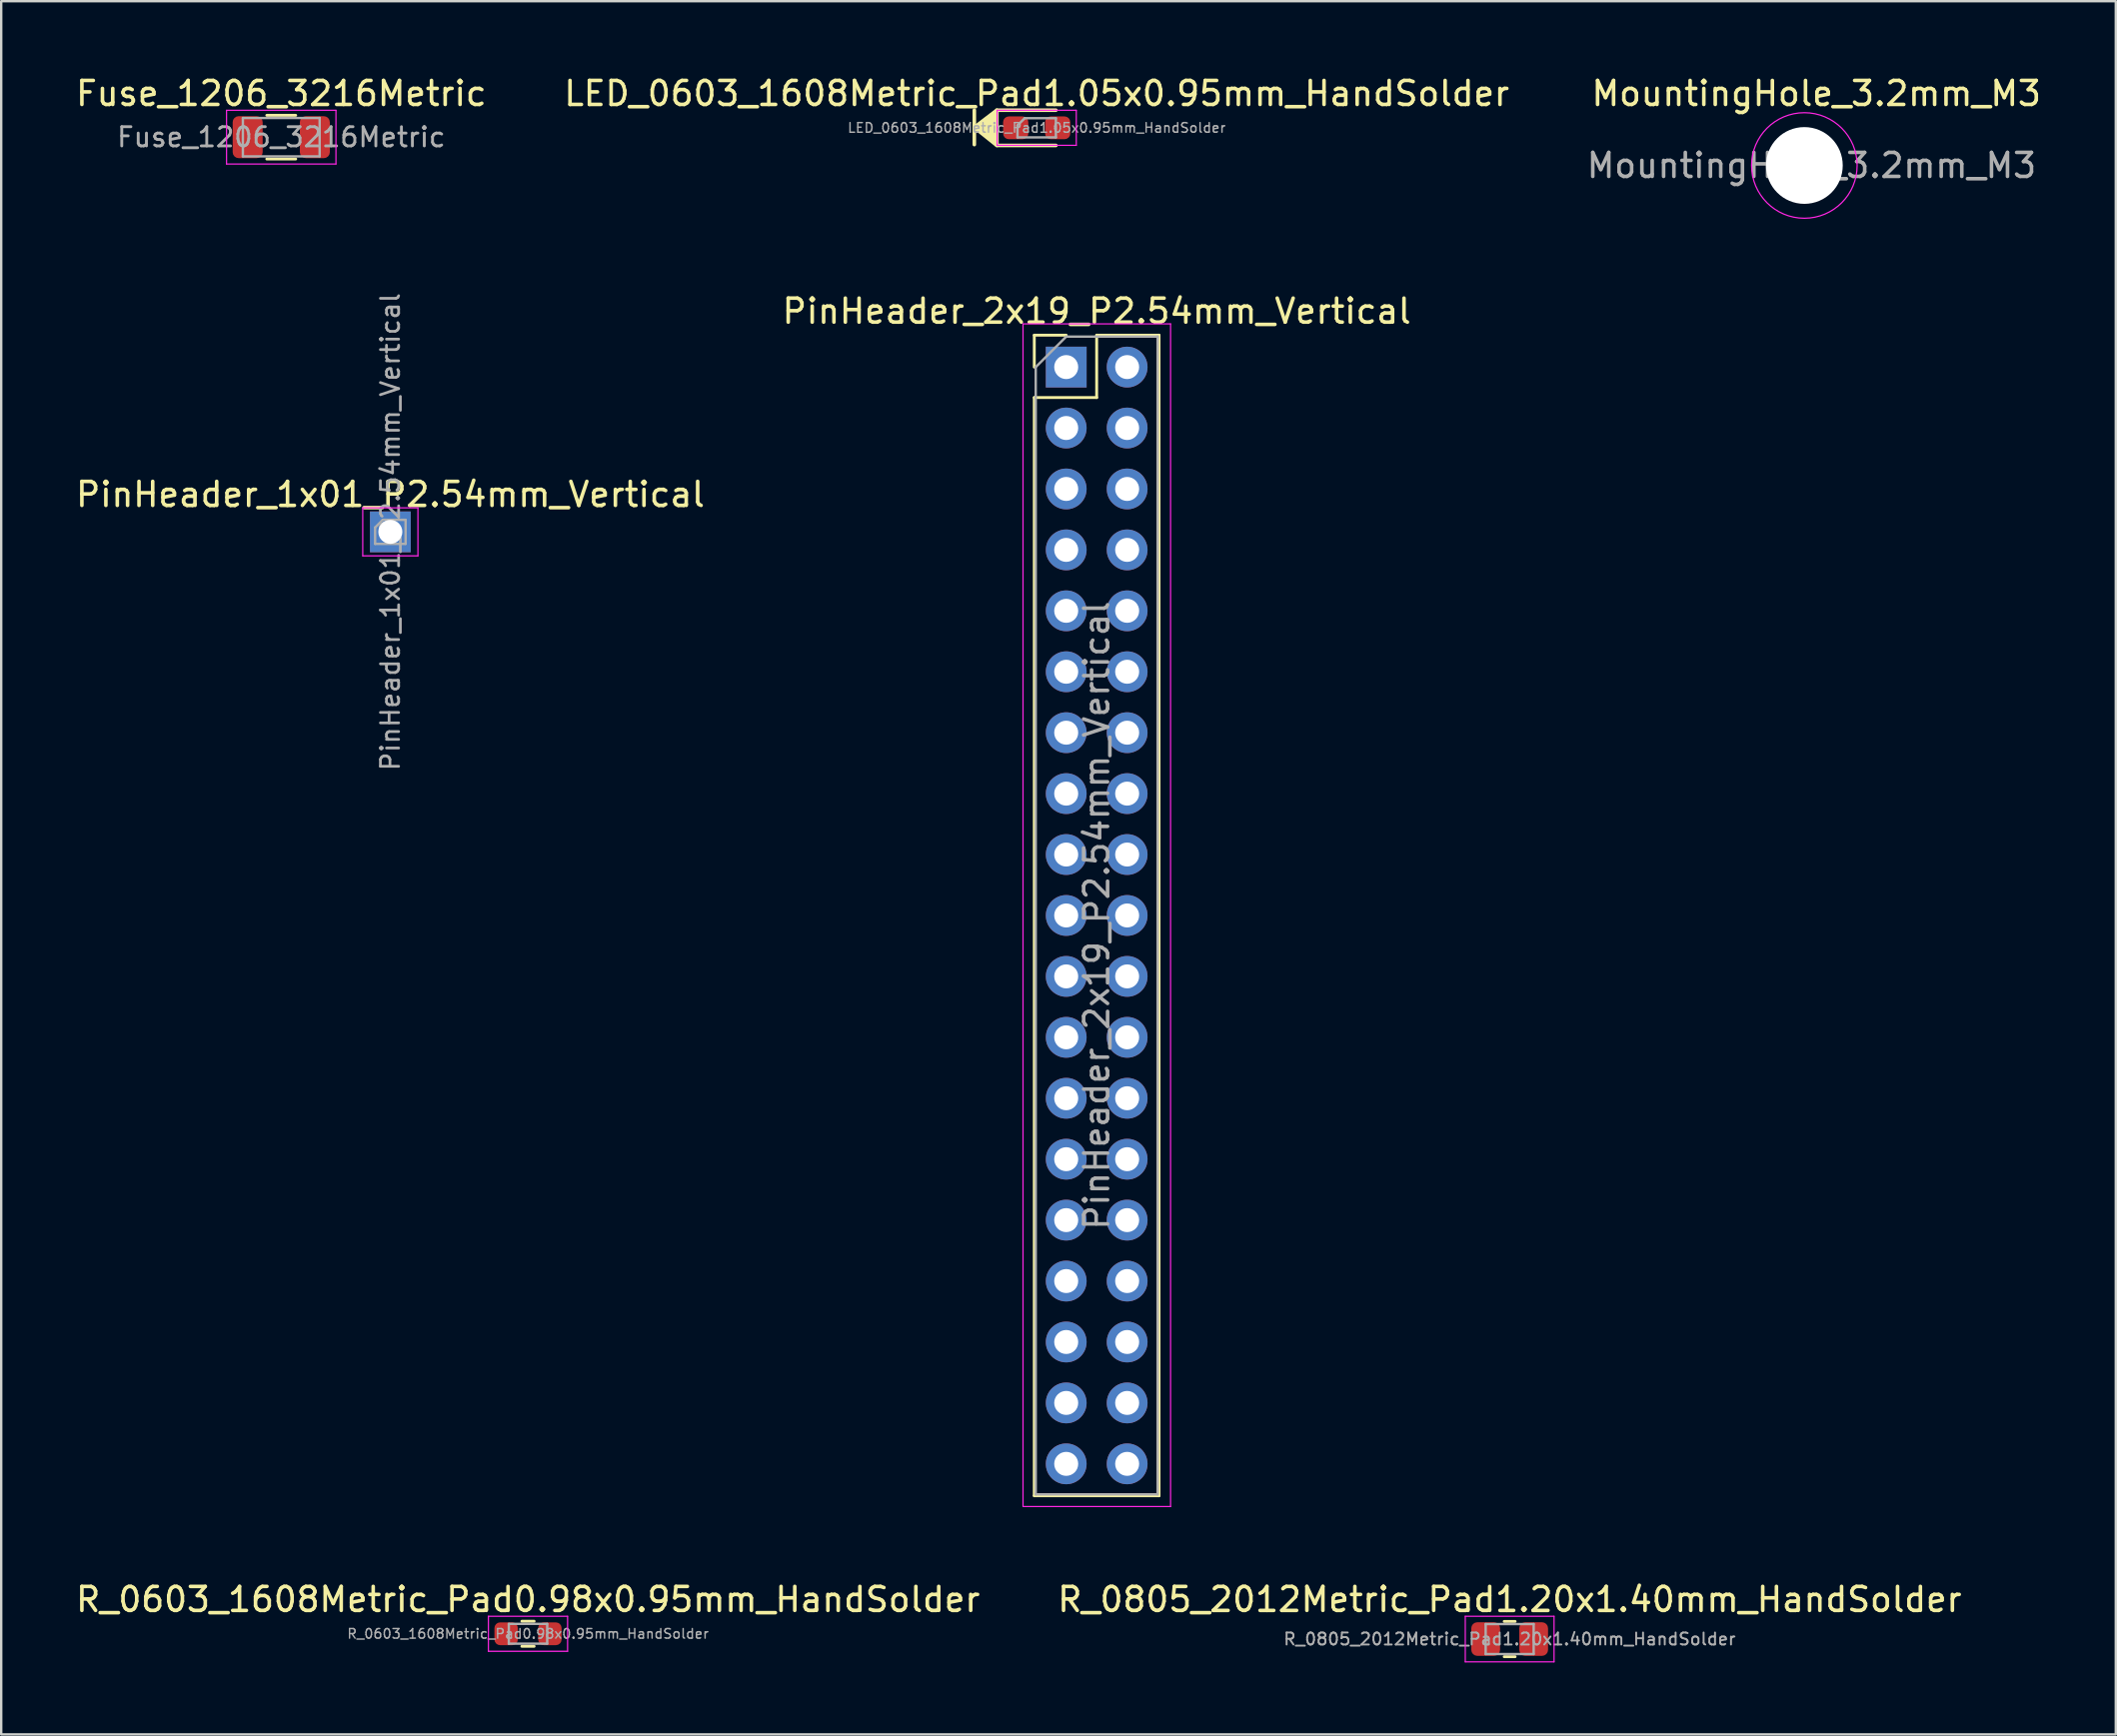
<source format=kicad_pcb>
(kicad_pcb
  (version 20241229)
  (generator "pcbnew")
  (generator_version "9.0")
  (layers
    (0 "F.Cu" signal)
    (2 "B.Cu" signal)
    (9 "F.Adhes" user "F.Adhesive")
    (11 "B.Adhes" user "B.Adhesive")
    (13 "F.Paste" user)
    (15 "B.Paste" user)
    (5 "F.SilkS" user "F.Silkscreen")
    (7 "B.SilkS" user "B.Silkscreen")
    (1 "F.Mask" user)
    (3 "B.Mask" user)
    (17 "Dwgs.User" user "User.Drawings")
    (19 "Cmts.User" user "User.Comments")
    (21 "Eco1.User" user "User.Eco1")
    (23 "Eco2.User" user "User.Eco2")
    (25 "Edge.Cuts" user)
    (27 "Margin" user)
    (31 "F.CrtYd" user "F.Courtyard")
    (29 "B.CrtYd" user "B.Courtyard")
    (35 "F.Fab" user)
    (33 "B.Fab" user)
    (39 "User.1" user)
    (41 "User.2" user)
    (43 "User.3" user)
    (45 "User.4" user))
  (footprint "PinHeader_1x01_P2.54mm_Vertical"
    (layer "F.Cu")
    (at 13.22 19.121)
    (property "Reference" "PinHeader_1x01_P2.54mm_Vertical" (at 0 -1.56 0) (layer "F.SilkS") (effects (font (size 1 1) (thickness 0.15))))
    (attr through_hole)
    (fp_line (start -1.15 -1) (end -1.15 1) (stroke (width 0.05) (type solid)) (layer "F.CrtYd"))
    (fp_line (start -1.15 1) (end 1.15 1) (stroke (width 0.05) (type solid)) (layer "F.CrtYd"))
    (fp_line (start 1.15 -1) (end -1.15 -1) (stroke (width 0.05) (type solid)) (layer "F.CrtYd"))
    (fp_line (start 1.15 1) (end 1.15 -1) (stroke (width 0.05) (type solid)) (layer "F.CrtYd"))
    (fp_line (start -0.635 -0.182) (end -0.318 -0.5) (stroke (width 0.1) (type solid)) (layer "F.Fab"))
    (fp_line (start -0.635 0.5) (end -0.635 -0.182) (stroke (width 0.1) (type solid)) (layer "F.Fab"))
    (fp_line (start -0.318 -0.5) (end 0.635 -0.5) (stroke (width 0.1) (type solid)) (layer "F.Fab"))
    (fp_line (start 0.635 -0.5) (end 0.635 0.5) (stroke (width 0.1) (type solid)) (layer "F.Fab"))
    (fp_line (start 0.635 0.5) (end -0.635 0.5) (stroke (width 0.1) (type solid)) (layer "F.Fab"))
    (fp_text user "${REFERENCE}" (at 0 0 90) (layer "F.Fab") (effects (font (size 0.76 0.76) (thickness 0.114))))
    (pad "1" thru_hole rect (at 0 0) (size 1.7 1.7) (drill 1) (layers "*.Cu" "*.Mask")))
  (footprint "R_0603_1608Metric_Pad0.98x0.95mm_HandSolder"
    (layer "F.Cu")
    (at 18.958 65.055)
    (property "Reference" "R_0603_1608Metric_Pad0.98x0.95mm_HandSolder" (at 0 -1.43 0) (layer "F.SilkS") (effects (font (size 1 1) (thickness 0.15))))
    (attr smd)
    (fp_line (start -0.255 -0.522) (end 0.255 -0.522) (stroke (width 0.12) (type solid)) (layer "F.SilkS"))
    (fp_line (start -0.255 0.522) (end 0.255 0.522) (stroke (width 0.12) (type solid)) (layer "F.SilkS"))
    (fp_line (start -1.65 -0.73) (end 1.65 -0.73) (stroke (width 0.05) (type solid)) (layer "F.CrtYd"))
    (fp_line (start -1.65 0.73) (end -1.65 -0.73) (stroke (width 0.05) (type solid)) (layer "F.CrtYd"))
    (fp_line (start 1.65 -0.73) (end 1.65 0.73) (stroke (width 0.05) (type solid)) (layer "F.CrtYd"))
    (fp_line (start 1.65 0.73) (end -1.65 0.73) (stroke (width 0.05) (type solid)) (layer "F.CrtYd"))
    (fp_line (start -0.8 -0.412) (end 0.8 -0.412) (stroke (width 0.1) (type solid)) (layer "F.Fab"))
    (fp_line (start -0.8 0.412) (end -0.8 -0.412) (stroke (width 0.1) (type solid)) (layer "F.Fab"))
    (fp_line (start 0.8 -0.412) (end 0.8 0.412) (stroke (width 0.1) (type solid)) (layer "F.Fab"))
    (fp_line (start 0.8 0.412) (end -0.8 0.412) (stroke (width 0.1) (type solid)) (layer "F.Fab"))
    (fp_text user "${REFERENCE}" (at 0 0 0) (layer "F.Fab") (effects (font (size 0.4 0.4) (thickness 0.06))))
    (pad "1" smd roundrect (at -0.912 0) (size 0.975 0.95) (layers "F.Cu" "F.Mask" "F.Paste") (roundrect_rratio 0.25))
    (pad "2" smd roundrect (at 0.912 0) (size 0.975 0.95) (layers "F.Cu" "F.Mask" "F.Paste") (roundrect_rratio 0.25)))
  (footprint "MountingHole_3.2mm_M3"
    (layer "F.Cu")
    (at 72.158 3.848)
    (property "Reference" "MountingHole_3.2mm_M3" (at 0.5 -3 0) (layer "F.SilkS") (effects (font (size 1 1) (thickness 0.15))))
    (attr exclude_from_pos_files exclude_from_bom)
    (fp_circle (center 0 0) (end 2.2 0) (stroke (width 0.05) (type solid)) (fill no) (layer "F.CrtYd"))
    (fp_text user "${REFERENCE}" (at 0.3 0 0) (layer "F.Fab") (effects (font (size 1 1) (thickness 0.15))))
    (pad "" np_thru_hole circle (at 0 0) (size 3.2 3.2) (drill 3.2) (layers "*.Cu" "*.Mask")))
  (footprint "R_0805_2012Metric_Pad1.20x1.40mm_HandSolder"
    (layer "F.Cu")
    (at 59.875 65.275)
    (property "Reference" "R_0805_2012Metric_Pad1.20x1.40mm_HandSolder" (at 0 -1.65 0) (layer "F.SilkS") (effects (font (size 1 1) (thickness 0.15))))
    (attr smd)
    (fp_line (start -0.227 -0.735) (end 0.227 -0.735) (stroke (width 0.12) (type solid)) (layer "F.SilkS"))
    (fp_line (start -0.227 0.735) (end 0.227 0.735) (stroke (width 0.12) (type solid)) (layer "F.SilkS"))
    (fp_line (start -1.85 -0.95) (end 1.85 -0.95) (stroke (width 0.05) (type solid)) (layer "F.CrtYd"))
    (fp_line (start -1.85 0.95) (end -1.85 -0.95) (stroke (width 0.05) (type solid)) (layer "F.CrtYd"))
    (fp_line (start 1.85 -0.95) (end 1.85 0.95) (stroke (width 0.05) (type solid)) (layer "F.CrtYd"))
    (fp_line (start 1.85 0.95) (end -1.85 0.95) (stroke (width 0.05) (type solid)) (layer "F.CrtYd"))
    (fp_line (start -1 -0.625) (end 1 -0.625) (stroke (width 0.1) (type solid)) (layer "F.Fab"))
    (fp_line (start -1 0.625) (end -1 -0.625) (stroke (width 0.1) (type solid)) (layer "F.Fab"))
    (fp_line (start 1 -0.625) (end 1 0.625) (stroke (width 0.1) (type solid)) (layer "F.Fab"))
    (fp_line (start 1 0.625) (end -1 0.625) (stroke (width 0.1) (type solid)) (layer "F.Fab"))
    (fp_text user "${REFERENCE}" (at 0 0 0) (layer "F.Fab") (effects (font (size 0.5 0.5) (thickness 0.08))))
    (pad "1" smd roundrect (at -1 0) (size 1.2 1.4) (layers "F.Cu" "F.Mask" "F.Paste") (roundrect_rratio 0.208))
    (pad "2" smd roundrect (at 1 0) (size 1.2 1.4) (layers "F.Cu" "F.Mask" "F.Paste") (roundrect_rratio 0.208)))
  (footprint "PinHeader_2x19_P2.54mm_Vertical"
    (layer "F.Cu")
    (at 41.391 12.252)
    (property "Reference" "PinHeader_2x19_P2.54mm_Vertical" (at 1.27 -2.33 0) (layer "F.SilkS") (effects (font (size 1 1) (thickness 0.15))))
    (attr through_hole)
    (fp_line (start -1.33 -1.33) (end 0 -1.33) (stroke (width 0.12) (type solid)) (layer "F.SilkS"))
    (fp_line (start -1.33 0) (end -1.33 -1.33) (stroke (width 0.12) (type solid)) (layer "F.SilkS"))
    (fp_line (start -1.33 1.27) (end -1.33 47.05) (stroke (width 0.12) (type solid)) (layer "F.SilkS"))
    (fp_line (start -1.33 1.27) (end 1.27 1.27) (stroke (width 0.12) (type solid)) (layer "F.SilkS"))
    (fp_line (start -1.33 47.05) (end 3.87 47.05) (stroke (width 0.12) (type solid)) (layer "F.SilkS"))
    (fp_line (start 1.27 -1.33) (end 3.87 -1.33) (stroke (width 0.12) (type solid)) (layer "F.SilkS"))
    (fp_line (start 1.27 1.27) (end 1.27 -1.33) (stroke (width 0.12) (type solid)) (layer "F.SilkS"))
    (fp_line (start 3.87 -1.33) (end 3.87 47.05) (stroke (width 0.12) (type solid)) (layer "F.SilkS"))
    (fp_line (start -1.8 -1.8) (end -1.8 47.5) (stroke (width 0.05) (type solid)) (layer "F.CrtYd"))
    (fp_line (start -1.8 47.5) (end 4.35 47.5) (stroke (width 0.05) (type solid)) (layer "F.CrtYd"))
    (fp_line (start 4.35 -1.8) (end -1.8 -1.8) (stroke (width 0.05) (type solid)) (layer "F.CrtYd"))
    (fp_line (start 4.35 47.5) (end 4.35 -1.8) (stroke (width 0.05) (type solid)) (layer "F.CrtYd"))
    (fp_line (start -1.27 0) (end 0 -1.27) (stroke (width 0.1) (type solid)) (layer "F.Fab"))
    (fp_line (start -1.27 46.99) (end -1.27 0) (stroke (width 0.1) (type solid)) (layer "F.Fab"))
    (fp_line (start 0 -1.27) (end 3.81 -1.27) (stroke (width 0.1) (type solid)) (layer "F.Fab"))
    (fp_line (start 3.81 -1.27) (end 3.81 46.99) (stroke (width 0.1) (type solid)) (layer "F.Fab"))
    (fp_line (start 3.81 46.99) (end -1.27 46.99) (stroke (width 0.1) (type solid)) (layer "F.Fab"))
    (fp_text user "${REFERENCE}" (at 1.27 22.86 90) (layer "F.Fab") (effects (font (size 1 1) (thickness 0.15))))
    (pad "1" thru_hole rect (at 0 0) (size 1.7 1.7) (drill 1) (layers "*.Cu" "*.Mask"))
    (pad "2" thru_hole oval (at 2.54 0) (size 1.7 1.7) (drill 1) (layers "*.Cu" "*.Mask"))
    (pad "3" thru_hole oval (at 0 2.54) (size 1.7 1.7) (drill 1) (layers "*.Cu" "*.Mask"))
    (pad "4" thru_hole oval (at 2.54 2.54) (size 1.7 1.7) (drill 1) (layers "*.Cu" "*.Mask"))
    (pad "5" thru_hole oval (at 0 5.08) (size 1.7 1.7) (drill 1) (layers "*.Cu" "*.Mask"))
    (pad "6" thru_hole oval (at 2.54 5.08) (size 1.7 1.7) (drill 1) (layers "*.Cu" "*.Mask"))
    (pad "7" thru_hole oval (at 0 7.62) (size 1.7 1.7) (drill 1) (layers "*.Cu" "*.Mask"))
    (pad "8" thru_hole oval (at 2.54 7.62) (size 1.7 1.7) (drill 1) (layers "*.Cu" "*.Mask"))
    (pad "9" thru_hole oval (at 0 10.16) (size 1.7 1.7) (drill 1) (layers "*.Cu" "*.Mask"))
    (pad "10" thru_hole oval (at 2.54 10.16) (size 1.7 1.7) (drill 1) (layers "*.Cu" "*.Mask"))
    (pad "11" thru_hole oval (at 0 12.7) (size 1.7 1.7) (drill 1) (layers "*.Cu" "*.Mask"))
    (pad "12" thru_hole oval (at 2.54 12.7) (size 1.7 1.7) (drill 1) (layers "*.Cu" "*.Mask"))
    (pad "13" thru_hole oval (at 0 15.24) (size 1.7 1.7) (drill 1) (layers "*.Cu" "*.Mask"))
    (pad "14" thru_hole oval (at 2.54 15.24) (size 1.7 1.7) (drill 1) (layers "*.Cu" "*.Mask"))
    (pad "15" thru_hole oval (at 0 17.78) (size 1.7 1.7) (drill 1) (layers "*.Cu" "*.Mask"))
    (pad "16" thru_hole oval (at 2.54 17.78) (size 1.7 1.7) (drill 1) (layers "*.Cu" "*.Mask"))
    (pad "17" thru_hole oval (at 0 20.32) (size 1.7 1.7) (drill 1) (layers "*.Cu" "*.Mask"))
    (pad "18" thru_hole oval (at 2.54 20.32) (size 1.7 1.7) (drill 1) (layers "*.Cu" "*.Mask"))
    (pad "19" thru_hole oval (at 0 22.86) (size 1.7 1.7) (drill 1) (layers "*.Cu" "*.Mask"))
    (pad "20" thru_hole oval (at 2.54 22.86) (size 1.7 1.7) (drill 1) (layers "*.Cu" "*.Mask"))
    (pad "21" thru_hole oval (at 0 25.4) (size 1.7 1.7) (drill 1) (layers "*.Cu" "*.Mask"))
    (pad "22" thru_hole oval (at 2.54 25.4) (size 1.7 1.7) (drill 1) (layers "*.Cu" "*.Mask"))
    (pad "23" thru_hole oval (at 0 27.94) (size 1.7 1.7) (drill 1) (layers "*.Cu" "*.Mask"))
    (pad "24" thru_hole oval (at 2.54 27.94) (size 1.7 1.7) (drill 1) (layers "*.Cu" "*.Mask"))
    (pad "25" thru_hole oval (at 0 30.48) (size 1.7 1.7) (drill 1) (layers "*.Cu" "*.Mask"))
    (pad "26" thru_hole oval (at 2.54 30.48) (size 1.7 1.7) (drill 1) (layers "*.Cu" "*.Mask"))
    (pad "27" thru_hole oval (at 0 33.02) (size 1.7 1.7) (drill 1) (layers "*.Cu" "*.Mask"))
    (pad "28" thru_hole oval (at 2.54 33.02) (size 1.7 1.7) (drill 1) (layers "*.Cu" "*.Mask"))
    (pad "29" thru_hole oval (at 0 35.56) (size 1.7 1.7) (drill 1) (layers "*.Cu" "*.Mask"))
    (pad "30" thru_hole oval (at 2.54 35.56) (size 1.7 1.7) (drill 1) (layers "*.Cu" "*.Mask"))
    (pad "31" thru_hole oval (at 0 38.1) (size 1.7 1.7) (drill 1) (layers "*.Cu" "*.Mask"))
    (pad "32" thru_hole oval (at 2.54 38.1) (size 1.7 1.7) (drill 1) (layers "*.Cu" "*.Mask"))
    (pad "33" thru_hole oval (at 0 40.64) (size 1.7 1.7) (drill 1) (layers "*.Cu" "*.Mask"))
    (pad "34" thru_hole oval (at 2.54 40.64) (size 1.7 1.7) (drill 1) (layers "*.Cu" "*.Mask"))
    (pad "35" thru_hole oval (at 0 43.18) (size 1.7 1.7) (drill 1) (layers "*.Cu" "*.Mask"))
    (pad "36" thru_hole oval (at 2.54 43.18) (size 1.7 1.7) (drill 1) (layers "*.Cu" "*.Mask"))
    (pad "37" thru_hole oval (at 0 45.72) (size 1.7 1.7) (drill 1) (layers "*.Cu" "*.Mask"))
    (pad "38" thru_hole oval (at 2.54 45.72) (size 1.7 1.7) (drill 1) (layers "*.Cu" "*.Mask")))
  (footprint "LED_0603_1608Metric_Pad1.05x0.95mm_HandSolder"
    (layer "F.Cu")
    (at 40.161 2.278)
    (property "Reference" "LED_0603_1608Metric_Pad1.05x0.95mm_HandSolder" (at 0 -1.43 0) (layer "F.SilkS") (effects (font (size 1 1) (thickness 0.15))))
    (attr smd)
    (fp_line (start -2.6 -0.735) (end -2.6 0.7) (stroke (width 0.15) (type solid)) (layer "F.SilkS"))
    (fp_line (start -1.66 -0.735) (end -1.66 0.735) (stroke (width 0.12) (type solid)) (layer "F.SilkS"))
    (fp_line (start -1.66 0.735) (end 0.8 0.735) (stroke (width 0.15) (type solid)) (layer "F.SilkS"))
    (fp_line (start 0.8 -0.735) (end -1.66 -0.735) (stroke (width 0.15) (type solid)) (layer "F.SilkS"))
    (fp_poly (pts (xy -1.66 0.735) (xy -2.6 -0.018) (xy -1.66 -0.735)) (stroke (width 0.15) (type solid)) (fill yes) (layer "F.SilkS"))
    (fp_line (start -1.65 -0.73) (end 1.65 -0.73) (stroke (width 0.05) (type solid)) (layer "F.CrtYd"))
    (fp_line (start -1.65 0.73) (end -1.65 -0.73) (stroke (width 0.05) (type solid)) (layer "F.CrtYd"))
    (fp_line (start 1.65 -0.73) (end 1.65 0.73) (stroke (width 0.05) (type solid)) (layer "F.CrtYd"))
    (fp_line (start 1.65 0.73) (end -1.65 0.73) (stroke (width 0.05) (type solid)) (layer "F.CrtYd"))
    (fp_line (start -0.8 -0.1) (end -0.8 0.4) (stroke (width 0.1) (type solid)) (layer "F.Fab"))
    (fp_line (start -0.8 0.4) (end 0.8 0.4) (stroke (width 0.1) (type solid)) (layer "F.Fab"))
    (fp_line (start -0.5 -0.4) (end -0.8 -0.1) (stroke (width 0.1) (type solid)) (layer "F.Fab"))
    (fp_line (start 0.8 -0.4) (end -0.5 -0.4) (stroke (width 0.1) (type solid)) (layer "F.Fab"))
    (fp_line (start 0.8 0.4) (end 0.8 -0.4) (stroke (width 0.1) (type solid)) (layer "F.Fab"))
    (fp_text user "${REFERENCE}" (at 0 0 0) (layer "F.Fab") (effects (font (size 0.4 0.4) (thickness 0.06))))
    (pad "1" smd roundrect (at -0.875 0) (size 1.05 0.95) (layers "F.Cu" "F.Mask" "F.Paste") (roundrect_rratio 0.25))
    (pad "2" smd roundrect (at 0.875 0) (size 1.05 0.95) (layers "F.Cu" "F.Mask" "F.Paste") (roundrect_rratio 0.25)))
  (footprint "Fuse_1206_3216Metric"
    (layer "F.Cu")
    (at 8.673 2.668)
    (property "Reference" "Fuse_1206_3216Metric" (at 0 -1.82 0) (layer "F.SilkS") (effects (font (size 1 1) (thickness 0.15))))
    (attr smd)
    (fp_line (start -0.602 -0.91) (end 0.602 -0.91) (stroke (width 0.12) (type solid)) (layer "F.SilkS"))
    (fp_line (start -0.602 0.91) (end 0.602 0.91) (stroke (width 0.12) (type solid)) (layer "F.SilkS"))
    (fp_line (start -2.28 -1.12) (end 2.28 -1.12) (stroke (width 0.05) (type solid)) (layer "F.CrtYd"))
    (fp_line (start -2.28 1.12) (end -2.28 -1.12) (stroke (width 0.05) (type solid)) (layer "F.CrtYd"))
    (fp_line (start 2.28 -1.12) (end 2.28 1.12) (stroke (width 0.05) (type solid)) (layer "F.CrtYd"))
    (fp_line (start 2.28 1.12) (end -2.28 1.12) (stroke (width 0.05) (type solid)) (layer "F.CrtYd"))
    (fp_line (start -1.6 -0.8) (end 1.6 -0.8) (stroke (width 0.1) (type solid)) (layer "F.Fab"))
    (fp_line (start -1.6 0.8) (end -1.6 -0.8) (stroke (width 0.1) (type solid)) (layer "F.Fab"))
    (fp_line (start 1.6 -0.8) (end 1.6 0.8) (stroke (width 0.1) (type solid)) (layer "F.Fab"))
    (fp_line (start 1.6 0.8) (end -1.6 0.8) (stroke (width 0.1) (type solid)) (layer "F.Fab"))
    (fp_text user "${REFERENCE}" (at 0 0 0) (layer "F.Fab") (effects (font (size 0.8 0.8) (thickness 0.12))))
    (pad "1" smd roundrect (at -1.4 0) (size 1.25 1.75) (layers "F.Cu" "F.Mask" "F.Paste") (roundrect_rratio 0.2))
    (pad "2" smd roundrect (at 1.4 0) (size 1.25 1.75) (layers "F.Cu" "F.Mask" "F.Paste") (roundrect_rratio 0.2)))
  (gr_rect
    (start -3 -3)
    (end 85.14 69.25)
    (stroke (width 0.1) (type default))
    (fill no)
    (layer "Edge.Cuts")))
</source>
